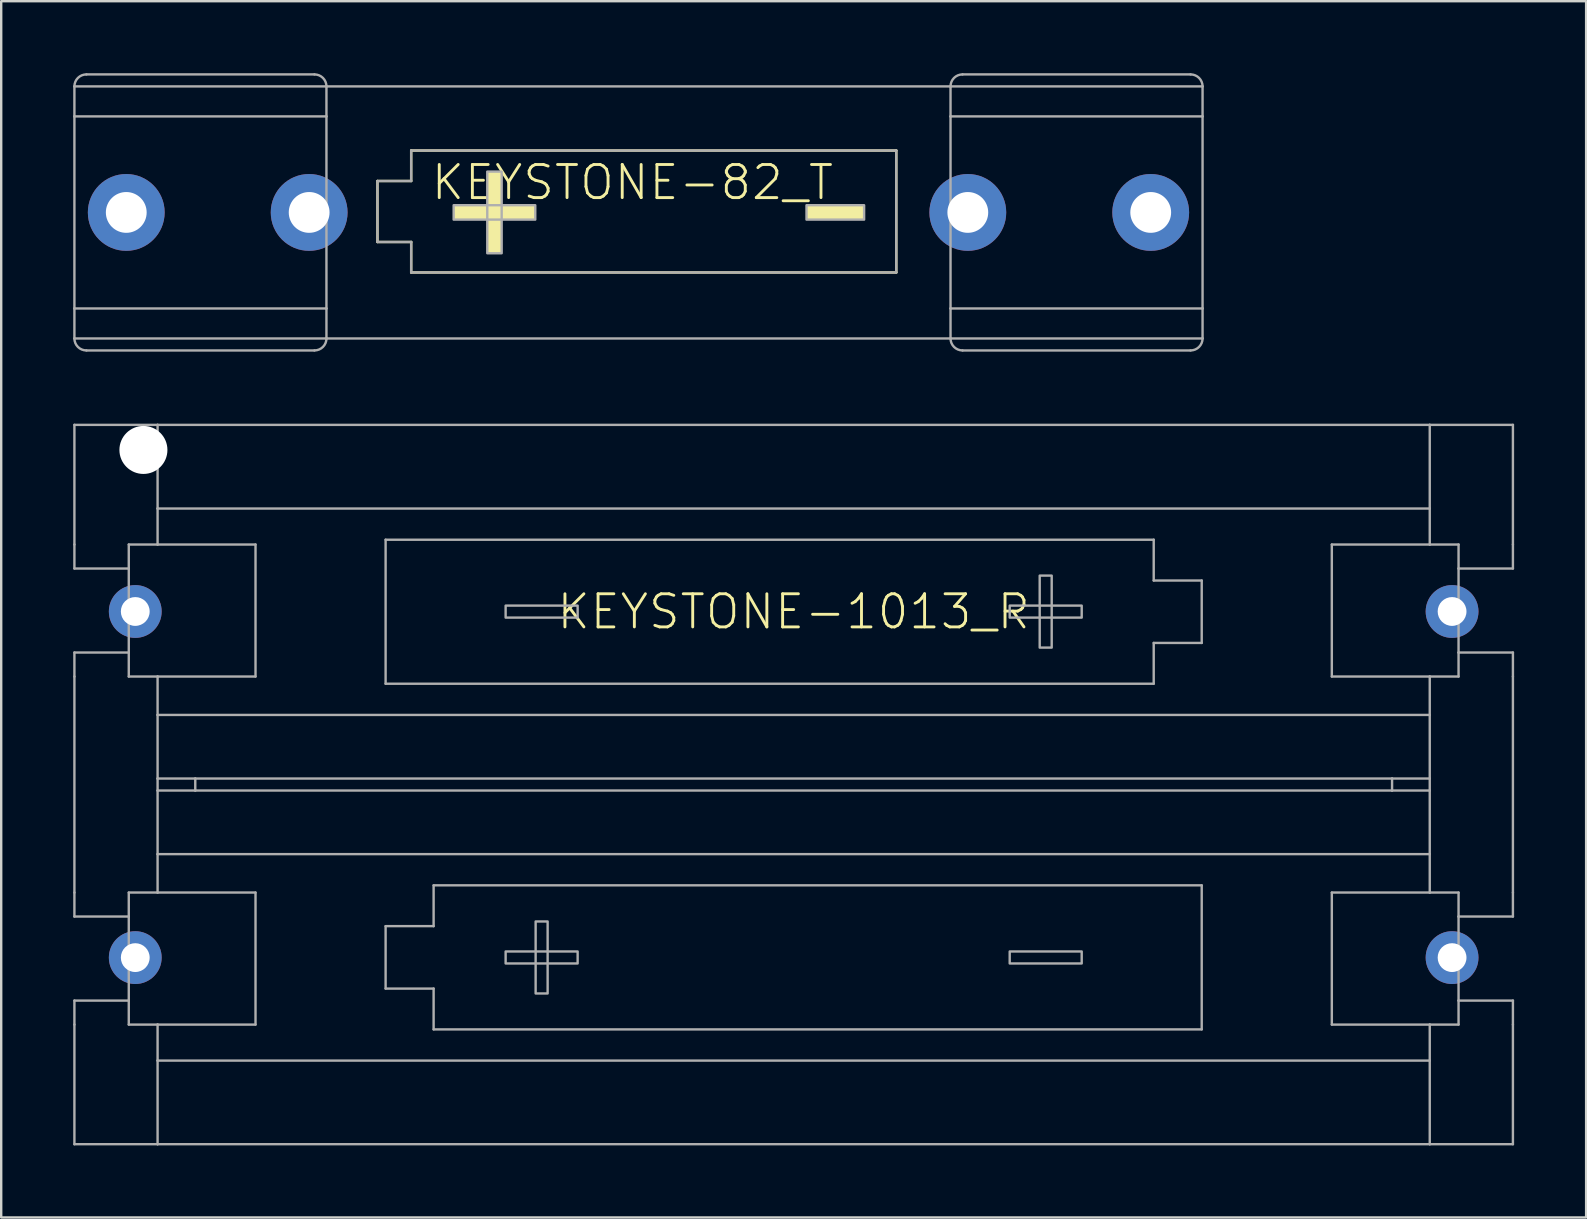
<source format=kicad_pcb>
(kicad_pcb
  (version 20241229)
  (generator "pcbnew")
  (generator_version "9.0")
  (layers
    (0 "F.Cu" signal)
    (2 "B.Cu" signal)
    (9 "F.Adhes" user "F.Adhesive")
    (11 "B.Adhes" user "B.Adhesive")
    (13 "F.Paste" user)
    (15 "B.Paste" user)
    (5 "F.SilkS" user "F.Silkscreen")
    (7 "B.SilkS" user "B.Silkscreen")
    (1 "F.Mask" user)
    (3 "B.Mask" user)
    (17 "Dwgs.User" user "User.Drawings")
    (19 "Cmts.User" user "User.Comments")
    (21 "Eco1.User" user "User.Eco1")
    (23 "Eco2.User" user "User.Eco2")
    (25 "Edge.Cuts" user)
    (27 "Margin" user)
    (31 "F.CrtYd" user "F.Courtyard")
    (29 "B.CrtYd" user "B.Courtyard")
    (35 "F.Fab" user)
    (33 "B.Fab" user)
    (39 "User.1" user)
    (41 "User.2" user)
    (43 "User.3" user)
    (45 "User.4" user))
  (footprint "KEYSTONE-1013_R"
    (layer "F.Cu")
    (at 30.015 29.635)
    (property "Reference" "KEYSTONE-1013_R" (at 0 -7.2 0) (unlocked yes) (layer "F.SilkS") (effects (font (size 1.38 1.38) (thickness 0.12))))
    (fp_line (start -29.965 -14.985) (end -26.5 -14.985) (stroke (width 0.1) (type solid)) (layer "F.Fab"))
    (fp_line (start -29.965 -10) (end -29.965 -14.985) (stroke (width 0.1) (type solid)) (layer "F.Fab"))
    (fp_line (start -29.965 -10) (end -29.965 -9) (stroke (width 0.1) (type solid)) (layer "F.Fab"))
    (fp_line (start -29.965 -9) (end -27.7 -9) (stroke (width 0.1) (type solid)) (layer "F.Fab"))
    (fp_line (start -29.965 -5.5) (end -29.965 -4.5) (stroke (width 0.1) (type solid)) (layer "F.Fab"))
    (fp_line (start -29.965 -5.5) (end -27.7 -5.5) (stroke (width 0.1) (type solid)) (layer "F.Fab"))
    (fp_line (start -29.965 4.5) (end -29.965 -4.5) (stroke (width 0.1) (type solid)) (layer "F.Fab"))
    (fp_line (start -29.965 4.5) (end -29.965 5.5) (stroke (width 0.1) (type solid)) (layer "F.Fab"))
    (fp_line (start -29.965 5.5) (end -27.7 5.5) (stroke (width 0.1) (type solid)) (layer "F.Fab"))
    (fp_line (start -29.965 9) (end -27.7 9) (stroke (width 0.1) (type solid)) (layer "F.Fab"))
    (fp_line (start -29.965 10) (end -29.965 9) (stroke (width 0.1) (type solid)) (layer "F.Fab"))
    (fp_line (start -29.965 10) (end -29.965 14.985) (stroke (width 0.1) (type solid)) (layer "F.Fab"))
    (fp_line (start -27.7 -9) (end -27.7 -10) (stroke (width 0.1) (type solid)) (layer "F.Fab"))
    (fp_line (start -27.7 -9) (end -27.7 -5.5) (stroke (width 0.1) (type solid)) (layer "F.Fab"))
    (fp_line (start -27.7 -5.5) (end -27.7 -4.5) (stroke (width 0.1) (type solid)) (layer "F.Fab"))
    (fp_line (start -27.7 -4.5) (end -26.5 -4.5) (stroke (width 0.1) (type solid)) (layer "F.Fab"))
    (fp_line (start -27.7 5.5) (end -27.7 4.5) (stroke (width 0.1) (type solid)) (layer "F.Fab"))
    (fp_line (start -27.7 5.5) (end -27.7 9) (stroke (width 0.1) (type solid)) (layer "F.Fab"))
    (fp_line (start -27.7 9) (end -27.7 10) (stroke (width 0.1) (type solid)) (layer "F.Fab"))
    (fp_line (start -27.7 10) (end -26.5 10) (stroke (width 0.1) (type solid)) (layer "F.Fab"))
    (fp_line (start -26.5 -14.985) (end 26.5 -14.985) (stroke (width 0.1) (type solid)) (layer "F.Fab"))
    (fp_line (start -26.5 -11.5) (end -26.5 -14.985) (stroke (width 0.1) (type solid)) (layer "F.Fab"))
    (fp_line (start -26.5 -11.5) (end -26.5 -10) (stroke (width 0.1) (type solid)) (layer "F.Fab"))
    (fp_line (start -26.5 -11.5) (end 26.5 -11.5) (stroke (width 0.1) (type solid)) (layer "F.Fab"))
    (fp_line (start -26.5 -10) (end -27.7 -10) (stroke (width 0.1) (type solid)) (layer "F.Fab"))
    (fp_line (start -26.5 -4.5) (end -22.42 -4.5) (stroke (width 0.1) (type solid)) (layer "F.Fab"))
    (fp_line (start -26.5 -2.9) (end -26.5 -4.5) (stroke (width 0.1) (type solid)) (layer "F.Fab"))
    (fp_line (start -26.5 -2.9) (end 26.5 -2.9) (stroke (width 0.1) (type solid)) (layer "F.Fab"))
    (fp_line (start -26.5 -0.25) (end -26.5 -2.9) (stroke (width 0.1) (type solid)) (layer "F.Fab"))
    (fp_line (start -26.5 -0.25) (end -24.93 -0.25) (stroke (width 0.1) (type solid)) (layer "F.Fab"))
    (fp_line (start -26.5 0.25) (end -26.5 -0.25) (stroke (width 0.1) (type solid)) (layer "F.Fab"))
    (fp_line (start -26.5 2.9) (end -26.5 0.25) (stroke (width 0.1) (type solid)) (layer "F.Fab"))
    (fp_line (start -26.5 2.9) (end -26.5 4.5) (stroke (width 0.1) (type solid)) (layer "F.Fab"))
    (fp_line (start -26.5 4.5) (end -27.7 4.5) (stroke (width 0.1) (type solid)) (layer "F.Fab"))
    (fp_line (start -26.5 10) (end -22.42 10) (stroke (width 0.1) (type solid)) (layer "F.Fab"))
    (fp_line (start -26.5 11.5) (end -26.5 10) (stroke (width 0.1) (type solid)) (layer "F.Fab"))
    (fp_line (start -26.5 11.5) (end -26.5 14.985) (stroke (width 0.1) (type solid)) (layer "F.Fab"))
    (fp_line (start -26.5 14.985) (end -29.965 14.985) (stroke (width 0.1) (type solid)) (layer "F.Fab"))
    (fp_line (start -24.93 -0.25) (end -24.93 0.25) (stroke (width 0.1) (type solid)) (layer "F.Fab"))
    (fp_line (start -24.93 -0.25) (end 24.93 -0.25) (stroke (width 0.1) (type solid)) (layer "F.Fab"))
    (fp_line (start -24.93 0.25) (end -26.5 0.25) (stroke (width 0.1) (type solid)) (layer "F.Fab"))
    (fp_line (start -22.42 -10) (end -26.5 -10) (stroke (width 0.1) (type solid)) (layer "F.Fab"))
    (fp_line (start -22.42 -4.5) (end -22.42 -10) (stroke (width 0.1) (type solid)) (layer "F.Fab"))
    (fp_line (start -22.42 4.5) (end -26.5 4.5) (stroke (width 0.1) (type solid)) (layer "F.Fab"))
    (fp_line (start -22.42 10) (end -22.42 4.5) (stroke (width 0.1) (type solid)) (layer "F.Fab"))
    (fp_line (start -17 -10.2) (end -17 -4.2) (stroke (width 0.1) (type solid)) (layer "F.Fab"))
    (fp_line (start -17 -10.2) (end 15 -10.2) (stroke (width 0.1) (type solid)) (layer "F.Fab"))
    (fp_line (start -17 -4.2) (end 15 -4.2) (stroke (width 0.1) (type solid)) (layer "F.Fab"))
    (fp_line (start -17 5.9) (end -17 8.5) (stroke (width 0.1) (type solid)) (layer "F.Fab"))
    (fp_line (start -17 8.5) (end -15 8.5) (stroke (width 0.1) (type solid)) (layer "F.Fab"))
    (fp_line (start -15 4.2) (end -15 5.9) (stroke (width 0.1) (type solid)) (layer "F.Fab"))
    (fp_line (start -15 5.9) (end -17 5.9) (stroke (width 0.1) (type solid)) (layer "F.Fab"))
    (fp_line (start -15 10.2) (end -15 8.5) (stroke (width 0.1) (type solid)) (layer "F.Fab"))
    (fp_line (start 15 -10.2) (end 15 -8.5) (stroke (width 0.1) (type solid)) (layer "F.Fab"))
    (fp_line (start 15 -5.9) (end 17 -5.9) (stroke (width 0.1) (type solid)) (layer "F.Fab"))
    (fp_line (start 15 -4.2) (end 15 -5.9) (stroke (width 0.1) (type solid)) (layer "F.Fab"))
    (fp_line (start 17 -8.5) (end 15 -8.5) (stroke (width 0.1) (type solid)) (layer "F.Fab"))
    (fp_line (start 17 -5.9) (end 17 -8.5) (stroke (width 0.1) (type solid)) (layer "F.Fab"))
    (fp_line (start 17 4.2) (end -15 4.2) (stroke (width 0.1) (type solid)) (layer "F.Fab"))
    (fp_line (start 17 10.2) (end -15 10.2) (stroke (width 0.1) (type solid)) (layer "F.Fab"))
    (fp_line (start 17 10.2) (end 17 4.2) (stroke (width 0.1) (type solid)) (layer "F.Fab"))
    (fp_line (start 22.42 -10) (end 22.42 -4.5) (stroke (width 0.1) (type solid)) (layer "F.Fab"))
    (fp_line (start 22.42 -4.5) (end 26.5 -4.5) (stroke (width 0.1) (type solid)) (layer "F.Fab"))
    (fp_line (start 22.42 4.5) (end 22.42 10) (stroke (width 0.1) (type solid)) (layer "F.Fab"))
    (fp_line (start 22.42 10) (end 26.5 10) (stroke (width 0.1) (type solid)) (layer "F.Fab"))
    (fp_line (start 24.93 -0.25) (end 24.93 0.25) (stroke (width 0.1) (type solid)) (layer "F.Fab"))
    (fp_line (start 24.93 -0.25) (end 26.5 -0.25) (stroke (width 0.1) (type solid)) (layer "F.Fab"))
    (fp_line (start 24.93 0.25) (end -24.93 0.25) (stroke (width 0.1) (type solid)) (layer "F.Fab"))
    (fp_line (start 26.5 -14.985) (end 26.5 -11.5) (stroke (width 0.1) (type solid)) (layer "F.Fab"))
    (fp_line (start 26.5 -14.985) (end 29.965 -14.985) (stroke (width 0.1) (type solid)) (layer "F.Fab"))
    (fp_line (start 26.5 -11.5) (end 26.5 -10) (stroke (width 0.1) (type solid)) (layer "F.Fab"))
    (fp_line (start 26.5 -10) (end 22.42 -10) (stroke (width 0.1) (type solid)) (layer "F.Fab"))
    (fp_line (start 26.5 -4.5) (end 27.7 -4.5) (stroke (width 0.1) (type solid)) (layer "F.Fab"))
    (fp_line (start 26.5 -2.9) (end 26.5 -4.5) (stroke (width 0.1) (type solid)) (layer "F.Fab"))
    (fp_line (start 26.5 -2.9) (end 26.5 -0.25) (stroke (width 0.1) (type solid)) (layer "F.Fab"))
    (fp_line (start 26.5 -0.25) (end 26.5 0.25) (stroke (width 0.1) (type solid)) (layer "F.Fab"))
    (fp_line (start 26.5 0.25) (end 24.93 0.25) (stroke (width 0.1) (type solid)) (layer "F.Fab"))
    (fp_line (start 26.5 0.25) (end 26.5 2.9) (stroke (width 0.1) (type solid)) (layer "F.Fab"))
    (fp_line (start 26.5 2.9) (end -26.5 2.9) (stroke (width 0.1) (type solid)) (layer "F.Fab"))
    (fp_line (start 26.5 2.9) (end 26.5 4.5) (stroke (width 0.1) (type solid)) (layer "F.Fab"))
    (fp_line (start 26.5 4.5) (end 22.42 4.5) (stroke (width 0.1) (type solid)) (layer "F.Fab"))
    (fp_line (start 26.5 10) (end 27.7 10) (stroke (width 0.1) (type solid)) (layer "F.Fab"))
    (fp_line (start 26.5 11.5) (end -26.5 11.5) (stroke (width 0.1) (type solid)) (layer "F.Fab"))
    (fp_line (start 26.5 11.5) (end 26.5 10) (stroke (width 0.1) (type solid)) (layer "F.Fab"))
    (fp_line (start 26.5 11.5) (end 26.5 14.985) (stroke (width 0.1) (type solid)) (layer "F.Fab"))
    (fp_line (start 26.5 14.985) (end -26.5 14.985) (stroke (width 0.1) (type solid)) (layer "F.Fab"))
    (fp_line (start 26.5 14.985) (end 29.965 14.985) (stroke (width 0.1) (type solid)) (layer "F.Fab"))
    (fp_line (start 27.7 -10) (end 26.5 -10) (stroke (width 0.1) (type solid)) (layer "F.Fab"))
    (fp_line (start 27.7 -9) (end 27.7 -10) (stroke (width 0.1) (type solid)) (layer "F.Fab"))
    (fp_line (start 27.7 -9) (end 27.7 -5.5) (stroke (width 0.1) (type solid)) (layer "F.Fab"))
    (fp_line (start 27.7 -5.5) (end 27.7 -4.5) (stroke (width 0.1) (type solid)) (layer "F.Fab"))
    (fp_line (start 27.7 4.5) (end 26.5 4.5) (stroke (width 0.1) (type solid)) (layer "F.Fab"))
    (fp_line (start 27.7 5.5) (end 27.7 4.5) (stroke (width 0.1) (type solid)) (layer "F.Fab"))
    (fp_line (start 27.7 9) (end 27.7 5.5) (stroke (width 0.1) (type solid)) (layer "F.Fab"))
    (fp_line (start 27.7 9) (end 27.7 10) (stroke (width 0.1) (type solid)) (layer "F.Fab"))
    (fp_line (start 29.965 -14.985) (end 29.965 -10) (stroke (width 0.1) (type solid)) (layer "F.Fab"))
    (fp_line (start 29.965 -10) (end 29.965 -9) (stroke (width 0.1) (type solid)) (layer "F.Fab"))
    (fp_line (start 29.965 -9) (end 27.7 -9) (stroke (width 0.1) (type solid)) (layer "F.Fab"))
    (fp_line (start 29.965 -5.5) (end 27.7 -5.5) (stroke (width 0.1) (type solid)) (layer "F.Fab"))
    (fp_line (start 29.965 -4.5) (end 29.965 -5.5) (stroke (width 0.1) (type solid)) (layer "F.Fab"))
    (fp_line (start 29.965 4.5) (end 29.965 -4.5) (stroke (width 0.1) (type solid)) (layer "F.Fab"))
    (fp_line (start 29.965 5.5) (end 27.7 5.5) (stroke (width 0.1) (type solid)) (layer "F.Fab"))
    (fp_line (start 29.965 5.5) (end 29.965 4.5) (stroke (width 0.1) (type solid)) (layer "F.Fab"))
    (fp_line (start 29.965 9) (end 27.7 9) (stroke (width 0.1) (type solid)) (layer "F.Fab"))
    (fp_line (start 29.965 10) (end 29.965 9) (stroke (width 0.1) (type solid)) (layer "F.Fab"))
    (fp_line (start 29.965 14.985) (end 29.965 10) (stroke (width 0.1) (type solid)) (layer "F.Fab"))
    (fp_poly (pts (xy -12 7.454) (xy -9 7.454) (xy -9 6.954) (xy -12 6.954)) (stroke (width 0.1) (type default)) (fill no) (layer "F.Fab"))
    (fp_poly (pts (xy -10.75 8.704) (xy -10.25 8.704) (xy -10.25 5.704) (xy -10.75 5.704)) (stroke (width 0.1) (type default)) (fill no) (layer "F.Fab"))
    (fp_poly (pts (xy -9 -7.454) (xy -12 -7.454) (xy -12 -6.954) (xy -9 -6.954)) (stroke (width 0.1) (type default)) (fill no) (layer "F.Fab"))
    (fp_poly (pts (xy 9 7.454) (xy 12 7.454) (xy 12 6.954) (xy 9 6.954)) (stroke (width 0.1) (type default)) (fill no) (layer "F.Fab"))
    (fp_poly (pts (xy 10.75 -8.704) (xy 10.25 -8.704) (xy 10.25 -5.704) (xy 10.75 -5.704)) (stroke (width 0.1) (type default)) (fill no) (layer "F.Fab"))
    (fp_poly (pts (xy 12 -7.454) (xy 9 -7.454) (xy 9 -6.954) (xy 12 -6.954)) (stroke (width 0.1) (type default)) (fill no) (layer "F.Fab"))
    (pad "" np_thru_hole circle (at -27.09 -13.94) (size 2 2) (drill 2) (layers "*.Cu" "*.Mask"))
    (pad "M1" thru_hole circle (at -27.43 -7.21) (size 2.2 2.2) (drill 1.2) (layers "*.Cu" "*.Mask"))
    (pad "M2" thru_hole circle (at 27.43 7.21) (size 2.2 2.2) (drill 1.2) (layers "*.Cu" "*.Mask"))
    (pad "P1" thru_hole circle (at 27.43 -7.21) (size 2.2 2.2) (drill 1.2) (layers "*.Cu" "*.Mask"))
    (pad "P2" thru_hole circle (at -27.43 7.21) (size 2.2 2.2) (drill 1.2) (layers "*.Cu" "*.Mask")))
  (footprint "KEYSTONE-82_T"
    (layer "F.Cu")
    (at 23.55 5.8)
    (property "Reference" "KEYSTONE-82_T" (at -0.25 -1.25 0) (unlocked yes) (layer "F.SilkS") (effects (font (size 1.38 1.38) (thickness 0.12))))
    (fp_line (start -10.875 -1.309) (end -10.875 1.231) (stroke (width 0.1) (type solid)) (layer "F.SilkS"))
    (fp_line (start -10.875 1.231) (end -9.47 1.231) (stroke (width 0.1) (type solid)) (layer "F.SilkS"))
    (fp_line (start -9.47 -2.579) (end -9.47 -1.309) (stroke (width 0.1) (type solid)) (layer "F.SilkS"))
    (fp_line (start -9.47 -1.309) (end -10.875 -1.309) (stroke (width 0.1) (type solid)) (layer "F.SilkS"))
    (fp_line (start -9.47 2.501) (end -9.47 1.231) (stroke (width 0.1) (type solid)) (layer "F.SilkS"))
    (fp_line (start 10.74 -2.579) (end -9.47 -2.579) (stroke (width 0.1) (type solid)) (layer "F.SilkS"))
    (fp_line (start 10.74 2.501) (end -9.47 2.501) (stroke (width 0.1) (type solid)) (layer "F.SilkS"))
    (fp_line (start 10.74 2.501) (end 10.74 -2.579) (stroke (width 0.1) (type solid)) (layer "F.SilkS"))
    (fp_poly (pts (xy -5.7 -1.7) (xy -6.3 -1.7) (xy -6.3 1.7) (xy -5.7 1.7)) (stroke (width 0) (type default)) (fill yes) (layer "F.SilkS"))
    (fp_poly (pts (xy -4.3 -0.3) (xy -7.7 -0.3) (xy -7.7 0.3) (xy -4.3 0.3)) (stroke (width 0) (type default)) (fill yes) (layer "F.SilkS"))
    (fp_poly (pts (xy 9.4 -0.3) (xy 7 -0.3) (xy 7 0.3) (xy 9.4 0.3)) (stroke (width 0) (type default)) (fill yes) (layer "F.SilkS"))
    (fp_line (start -23.5 -5.25) (end -23.5 -4) (stroke (width 0.1) (type solid)) (layer "F.Fab"))
    (fp_line (start -23.5 -5.25) (end -13 -5.25) (stroke (width 0.1) (type solid)) (layer "F.Fab"))
    (fp_line (start -23.5 -4) (end -23.5 4) (stroke (width 0.1) (type solid)) (layer "F.Fab"))
    (fp_line (start -23.5 -4) (end -13 -4) (stroke (width 0.1) (type solid)) (layer "F.Fab"))
    (fp_line (start -23.5 4) (end -23.5 5.25) (stroke (width 0.1) (type solid)) (layer "F.Fab"))
    (fp_line (start -23.5 4) (end -13 4) (stroke (width 0.1) (type solid)) (layer "F.Fab"))
    (fp_line (start -23.5 5.25) (end -13 5.25) (stroke (width 0.1) (type solid)) (layer "F.Fab"))
    (fp_line (start -13.5 -5.75) (end -23 -5.75) (stroke (width 0.1) (type solid)) (layer "F.Fab"))
    (fp_line (start -13.5 5.75) (end -23 5.75) (stroke (width 0.1) (type solid)) (layer "F.Fab"))
    (fp_line (start -13 -5.25) (end 13 -5.25) (stroke (width 0.1) (type solid)) (layer "F.Fab"))
    (fp_line (start -13 -4) (end -13 -5.25) (stroke (width 0.1) (type solid)) (layer "F.Fab"))
    (fp_line (start -13 4) (end -13 -4) (stroke (width 0.1) (type solid)) (layer "F.Fab"))
    (fp_line (start -13 5.25) (end -13 4) (stroke (width 0.1) (type solid)) (layer "F.Fab"))
    (fp_line (start -13 5.25) (end 13 5.25) (stroke (width 0.1) (type solid)) (layer "F.Fab"))
    (fp_line (start -10.875 -1.309) (end -10.875 1.231) (stroke (width 0.1) (type solid)) (layer "F.Fab"))
    (fp_line (start -10.875 1.231) (end -9.47 1.231) (stroke (width 0.1) (type solid)) (layer "F.Fab"))
    (fp_line (start -9.47 -2.579) (end -9.47 -1.309) (stroke (width 0.1) (type solid)) (layer "F.Fab"))
    (fp_line (start -9.47 -1.309) (end -10.875 -1.309) (stroke (width 0.1) (type solid)) (layer "F.Fab"))
    (fp_line (start -9.47 2.501) (end -9.47 1.231) (stroke (width 0.1) (type solid)) (layer "F.Fab"))
    (fp_line (start 10.74 -2.579) (end -9.47 -2.579) (stroke (width 0.1) (type solid)) (layer "F.Fab"))
    (fp_line (start 10.74 2.501) (end -9.47 2.501) (stroke (width 0.1) (type solid)) (layer "F.Fab"))
    (fp_line (start 10.74 2.501) (end 10.74 -2.579) (stroke (width 0.1) (type solid)) (layer "F.Fab"))
    (fp_line (start 13 -5.25) (end 13 -4) (stroke (width 0.1) (type solid)) (layer "F.Fab"))
    (fp_line (start 13 -5.25) (end 23.5 -5.25) (stroke (width 0.1) (type solid)) (layer "F.Fab"))
    (fp_line (start 13 -4) (end 13 4) (stroke (width 0.1) (type solid)) (layer "F.Fab"))
    (fp_line (start 13 -4) (end 23.5 -4) (stroke (width 0.1) (type solid)) (layer "F.Fab"))
    (fp_line (start 13 4) (end 13 5.25) (stroke (width 0.1) (type solid)) (layer "F.Fab"))
    (fp_line (start 13 4) (end 23.5 4) (stroke (width 0.1) (type solid)) (layer "F.Fab"))
    (fp_line (start 13 5.25) (end 23.5 5.25) (stroke (width 0.1) (type solid)) (layer "F.Fab"))
    (fp_line (start 13.5 -5.75) (end 23 -5.75) (stroke (width 0.1) (type solid)) (layer "F.Fab"))
    (fp_line (start 13.5 5.75) (end 23 5.75) (stroke (width 0.1) (type solid)) (layer "F.Fab"))
    (fp_line (start 23.5 -4) (end 23.5 -5.25) (stroke (width 0.1) (type solid)) (layer "F.Fab"))
    (fp_line (start 23.5 4) (end 23.5 -4) (stroke (width 0.1) (type solid)) (layer "F.Fab"))
    (fp_line (start 23.5 5.25) (end 23.5 4) (stroke (width 0.1) (type solid)) (layer "F.Fab"))
    (fp_arc (start -23.5 -5.25) (mid -23.353553 -5.603553) (end -23 -5.75) (stroke (width 0.1) (type solid)) (layer "F.Fab"))
    (fp_arc (start -23 5.75) (mid -23.353553 5.603553) (end -23.5 5.25) (stroke (width 0.1) (type solid)) (layer "F.Fab"))
    (fp_arc (start -13.5 -5.75) (mid -13.146447 -5.603553) (end -13 -5.25) (stroke (width 0.1) (type solid)) (layer "F.Fab"))
    (fp_arc (start -13 5.25) (mid -13.146447 5.603553) (end -13.5 5.75) (stroke (width 0.1) (type solid)) (layer "F.Fab"))
    (fp_arc (start 13 -5.25) (mid 13.146447 -5.603553) (end 13.5 -5.75) (stroke (width 0.1) (type solid)) (layer "F.Fab"))
    (fp_arc (start 13.5 5.75) (mid 13.146447 5.603553) (end 13 5.25) (stroke (width 0.1) (type solid)) (layer "F.Fab"))
    (fp_arc (start 23 -5.75) (mid 23.353553 -5.603553) (end 23.5 -5.25) (stroke (width 0.1) (type solid)) (layer "F.Fab"))
    (fp_arc (start 23.5 5.25) (mid 23.353553 5.603553) (end 23 5.75) (stroke (width 0.1) (type solid)) (layer "F.Fab"))
    (fp_poly (pts (xy -5.7 -1.7) (xy -6.3 -1.7) (xy -6.3 1.7) (xy -5.7 1.7)) (stroke (width 0.1) (type default)) (fill no) (layer "F.Fab"))
    (fp_poly (pts (xy -4.3 -0.3) (xy -7.7 -0.3) (xy -7.7 0.3) (xy -4.3 0.3)) (stroke (width 0.1) (type default)) (fill no) (layer "F.Fab"))
    (fp_poly (pts (xy 9.4 -0.3) (xy 7 -0.3) (xy 7 0.3) (xy 9.4 0.3)) (stroke (width 0.1) (type default)) (fill no) (layer "F.Fab"))
    (pad "BA+" thru_hole circle (at -21.34 0) (size 3.2 3.2) (drill 1.7) (layers "*.Cu" "*.Mask"))
    (pad "BA-" thru_hole circle (at 13.72 0) (size 3.2 3.2) (drill 1.7) (layers "*.Cu" "*.Mask"))
    (pad "BB+" thru_hole circle (at -13.72 0) (size 3.2 3.2) (drill 1.7) (layers "*.Cu" "*.Mask"))
    (pad "BB-" thru_hole circle (at 21.34 0) (size 3.2 3.2) (drill 1.7) (layers "*.Cu" "*.Mask")))
  (gr_rect
    (start -3 -3)
    (end 63.03 47.67)
    (stroke (width 0.1) (type default))
    (fill no)
    (layer "Edge.Cuts")))
</source>
